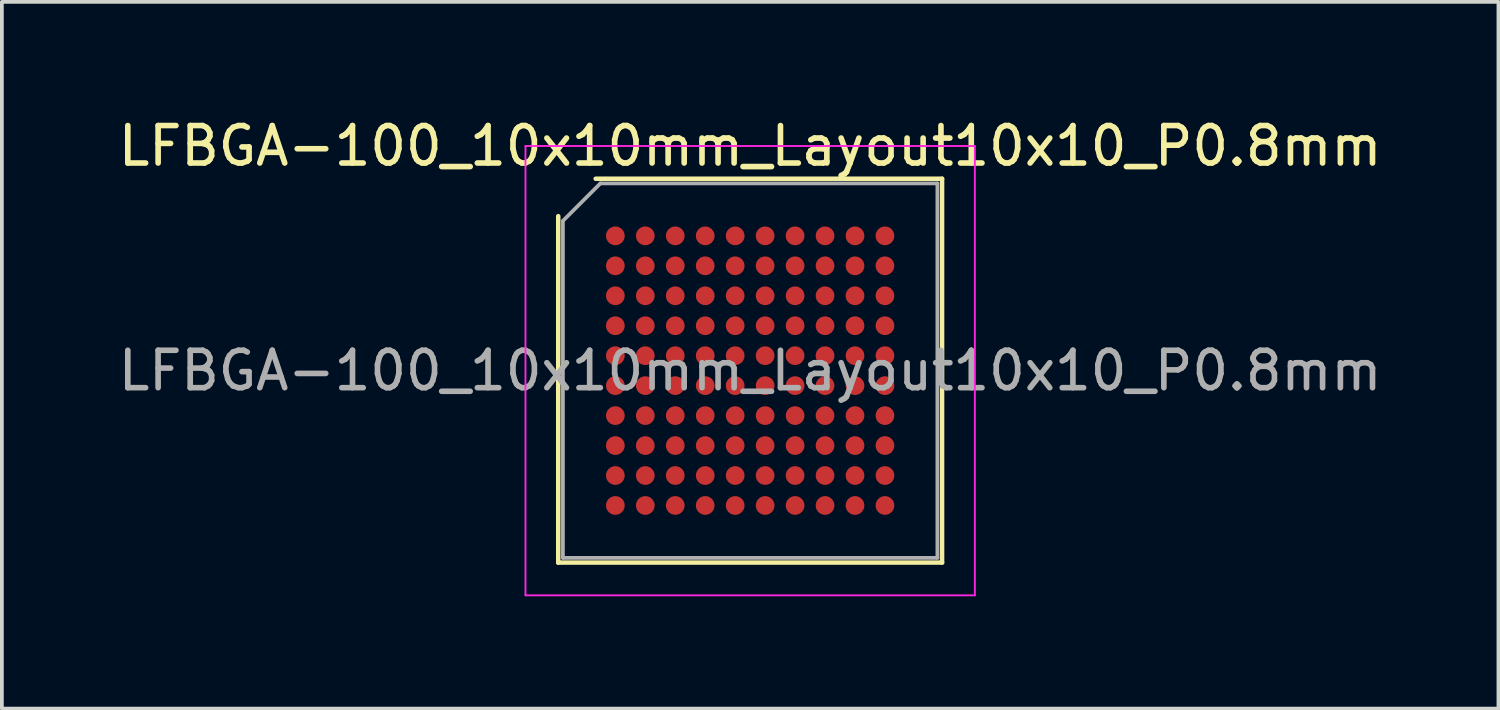
<source format=kicad_pcb>
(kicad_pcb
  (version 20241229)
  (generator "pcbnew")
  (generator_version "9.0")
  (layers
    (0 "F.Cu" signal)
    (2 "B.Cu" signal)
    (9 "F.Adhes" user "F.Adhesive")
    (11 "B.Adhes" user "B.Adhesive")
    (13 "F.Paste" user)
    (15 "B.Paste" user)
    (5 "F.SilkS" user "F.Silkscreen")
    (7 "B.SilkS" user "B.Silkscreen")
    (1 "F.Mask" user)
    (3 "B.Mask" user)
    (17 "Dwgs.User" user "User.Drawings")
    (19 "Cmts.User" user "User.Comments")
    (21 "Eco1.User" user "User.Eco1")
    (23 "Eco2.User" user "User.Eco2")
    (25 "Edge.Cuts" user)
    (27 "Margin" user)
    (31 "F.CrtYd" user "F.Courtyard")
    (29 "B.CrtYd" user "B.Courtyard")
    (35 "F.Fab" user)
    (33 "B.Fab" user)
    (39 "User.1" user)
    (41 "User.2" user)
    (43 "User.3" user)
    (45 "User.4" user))
  (footprint "LFBGA-100_10x10mm_Layout10x10_P0.8mm"
    (layer "F.Cu")
    (at 16.982 6.848)
    (property "Reference" "LFBGA-100_10x10mm_Layout10x10_P0.8mm" (at 0 -6 0) (layer "F.SilkS") (effects (font (size 1 1) (thickness 0.15))))
    (attr smd)
    (fp_line (start -5.125 5.125) (end -5.125 -4.125) (stroke (width 0.12) (type solid)) (layer "F.SilkS"))
    (fp_line (start -4.125 -5.125) (end 5.125 -5.125) (stroke (width 0.12) (type solid)) (layer "F.SilkS"))
    (fp_line (start 5.125 -5.125) (end 5.125 5.125) (stroke (width 0.12) (type solid)) (layer "F.SilkS"))
    (fp_line (start 5.125 5.125) (end -5.125 5.125) (stroke (width 0.12) (type solid)) (layer "F.SilkS"))
    (fp_line (start -6 -6) (end -6 6) (stroke (width 0.05) (type solid)) (layer "F.CrtYd"))
    (fp_line (start -6 6) (end 6 6) (stroke (width 0.05) (type solid)) (layer "F.CrtYd"))
    (fp_line (start 6 -6) (end -6 -6) (stroke (width 0.05) (type solid)) (layer "F.CrtYd"))
    (fp_line (start 6 6) (end 6 -6) (stroke (width 0.05) (type solid)) (layer "F.CrtYd"))
    (fp_line (start -5 -4) (end -4 -5) (stroke (width 0.1) (type solid)) (layer "F.Fab"))
    (fp_line (start -5 5) (end -5 -4) (stroke (width 0.1) (type solid)) (layer "F.Fab"))
    (fp_line (start -4 -5) (end 5 -5) (stroke (width 0.1) (type solid)) (layer "F.Fab"))
    (fp_line (start 5 -5) (end 5 5) (stroke (width 0.1) (type solid)) (layer "F.Fab"))
    (fp_line (start 5 5) (end -5 5) (stroke (width 0.1) (type solid)) (layer "F.Fab"))
    (fp_text user "${REFERENCE}" (at 0 0 0) (layer "F.Fab") (effects (font (size 1 1) (thickness 0.15))))
    (pad "A1" smd circle (at -3.6 -3.6) (size 0.5 0.5) (layers "F.Cu" "F.Mask" "F.Paste"))
    (pad "A2" smd circle (at -2.8 -3.6) (size 0.5 0.5) (layers "F.Cu" "F.Mask" "F.Paste"))
    (pad "A3" smd circle (at -2 -3.6) (size 0.5 0.5) (layers "F.Cu" "F.Mask" "F.Paste"))
    (pad "A4" smd circle (at -1.2 -3.6) (size 0.5 0.5) (layers "F.Cu" "F.Mask" "F.Paste"))
    (pad "A5" smd circle (at -0.4 -3.6) (size 0.5 0.5) (layers "F.Cu" "F.Mask" "F.Paste"))
    (pad "A6" smd circle (at 0.4 -3.6) (size 0.5 0.5) (layers "F.Cu" "F.Mask" "F.Paste"))
    (pad "A7" smd circle (at 1.2 -3.6) (size 0.5 0.5) (layers "F.Cu" "F.Mask" "F.Paste"))
    (pad "A8" smd circle (at 2 -3.6) (size 0.5 0.5) (layers "F.Cu" "F.Mask" "F.Paste"))
    (pad "A9" smd circle (at 2.8 -3.6) (size 0.5 0.5) (layers "F.Cu" "F.Mask" "F.Paste"))
    (pad "A10" smd circle (at 3.6 -3.6) (size 0.5 0.5) (layers "F.Cu" "F.Mask" "F.Paste"))
    (pad "B1" smd circle (at -3.6 -2.8) (size 0.5 0.5) (layers "F.Cu" "F.Mask" "F.Paste"))
    (pad "B2" smd circle (at -2.8 -2.8) (size 0.5 0.5) (layers "F.Cu" "F.Mask" "F.Paste"))
    (pad "B3" smd circle (at -2 -2.8) (size 0.5 0.5) (layers "F.Cu" "F.Mask" "F.Paste"))
    (pad "B4" smd circle (at -1.2 -2.8) (size 0.5 0.5) (layers "F.Cu" "F.Mask" "F.Paste"))
    (pad "B5" smd circle (at -0.4 -2.8) (size 0.5 0.5) (layers "F.Cu" "F.Mask" "F.Paste"))
    (pad "B6" smd circle (at 0.4 -2.8) (size 0.5 0.5) (layers "F.Cu" "F.Mask" "F.Paste"))
    (pad "B7" smd circle (at 1.2 -2.8) (size 0.5 0.5) (layers "F.Cu" "F.Mask" "F.Paste"))
    (pad "B8" smd circle (at 2 -2.8) (size 0.5 0.5) (layers "F.Cu" "F.Mask" "F.Paste"))
    (pad "B9" smd circle (at 2.8 -2.8) (size 0.5 0.5) (layers "F.Cu" "F.Mask" "F.Paste"))
    (pad "B10" smd circle (at 3.6 -2.8) (size 0.5 0.5) (layers "F.Cu" "F.Mask" "F.Paste"))
    (pad "C1" smd circle (at -3.6 -2) (size 0.5 0.5) (layers "F.Cu" "F.Mask" "F.Paste"))
    (pad "C2" smd circle (at -2.8 -2) (size 0.5 0.5) (layers "F.Cu" "F.Mask" "F.Paste"))
    (pad "C3" smd circle (at -2 -2) (size 0.5 0.5) (layers "F.Cu" "F.Mask" "F.Paste"))
    (pad "C4" smd circle (at -1.2 -2) (size 0.5 0.5) (layers "F.Cu" "F.Mask" "F.Paste"))
    (pad "C5" smd circle (at -0.4 -2) (size 0.5 0.5) (layers "F.Cu" "F.Mask" "F.Paste"))
    (pad "C6" smd circle (at 0.4 -2) (size 0.5 0.5) (layers "F.Cu" "F.Mask" "F.Paste"))
    (pad "C7" smd circle (at 1.2 -2) (size 0.5 0.5) (layers "F.Cu" "F.Mask" "F.Paste"))
    (pad "C8" smd circle (at 2 -2) (size 0.5 0.5) (layers "F.Cu" "F.Mask" "F.Paste"))
    (pad "C9" smd circle (at 2.8 -2) (size 0.5 0.5) (layers "F.Cu" "F.Mask" "F.Paste"))
    (pad "C10" smd circle (at 3.6 -2) (size 0.5 0.5) (layers "F.Cu" "F.Mask" "F.Paste"))
    (pad "D1" smd circle (at -3.6 -1.2) (size 0.5 0.5) (layers "F.Cu" "F.Mask" "F.Paste"))
    (pad "D2" smd circle (at -2.8 -1.2) (size 0.5 0.5) (layers "F.Cu" "F.Mask" "F.Paste"))
    (pad "D3" smd circle (at -2 -1.2) (size 0.5 0.5) (layers "F.Cu" "F.Mask" "F.Paste"))
    (pad "D4" smd circle (at -1.2 -1.2) (size 0.5 0.5) (layers "F.Cu" "F.Mask" "F.Paste"))
    (pad "D5" smd circle (at -0.4 -1.2) (size 0.5 0.5) (layers "F.Cu" "F.Mask" "F.Paste"))
    (pad "D6" smd circle (at 0.4 -1.2) (size 0.5 0.5) (layers "F.Cu" "F.Mask" "F.Paste"))
    (pad "D7" smd circle (at 1.2 -1.2) (size 0.5 0.5) (layers "F.Cu" "F.Mask" "F.Paste"))
    (pad "D8" smd circle (at 2 -1.2) (size 0.5 0.5) (layers "F.Cu" "F.Mask" "F.Paste"))
    (pad "D9" smd circle (at 2.8 -1.2) (size 0.5 0.5) (layers "F.Cu" "F.Mask" "F.Paste"))
    (pad "D10" smd circle (at 3.6 -1.2) (size 0.5 0.5) (layers "F.Cu" "F.Mask" "F.Paste"))
    (pad "E1" smd circle (at -3.6 -0.4) (size 0.5 0.5) (layers "F.Cu" "F.Mask" "F.Paste"))
    (pad "E2" smd circle (at -2.8 -0.4) (size 0.5 0.5) (layers "F.Cu" "F.Mask" "F.Paste"))
    (pad "E3" smd circle (at -2 -0.4) (size 0.5 0.5) (layers "F.Cu" "F.Mask" "F.Paste"))
    (pad "E4" smd circle (at -1.2 -0.4) (size 0.5 0.5) (layers "F.Cu" "F.Mask" "F.Paste"))
    (pad "E5" smd circle (at -0.4 -0.4) (size 0.5 0.5) (layers "F.Cu" "F.Mask" "F.Paste"))
    (pad "E6" smd circle (at 0.4 -0.4) (size 0.5 0.5) (layers "F.Cu" "F.Mask" "F.Paste"))
    (pad "E7" smd circle (at 1.2 -0.4) (size 0.5 0.5) (layers "F.Cu" "F.Mask" "F.Paste"))
    (pad "E8" smd circle (at 2 -0.4) (size 0.5 0.5) (layers "F.Cu" "F.Mask" "F.Paste"))
    (pad "E9" smd circle (at 2.8 -0.4) (size 0.5 0.5) (layers "F.Cu" "F.Mask" "F.Paste"))
    (pad "E10" smd circle (at 3.6 -0.4) (size 0.5 0.5) (layers "F.Cu" "F.Mask" "F.Paste"))
    (pad "F1" smd circle (at -3.6 0.4) (size 0.5 0.5) (layers "F.Cu" "F.Mask" "F.Paste"))
    (pad "F2" smd circle (at -2.8 0.4) (size 0.5 0.5) (layers "F.Cu" "F.Mask" "F.Paste"))
    (pad "F3" smd circle (at -2 0.4) (size 0.5 0.5) (layers "F.Cu" "F.Mask" "F.Paste"))
    (pad "F4" smd circle (at -1.2 0.4) (size 0.5 0.5) (layers "F.Cu" "F.Mask" "F.Paste"))
    (pad "F5" smd circle (at -0.4 0.4) (size 0.5 0.5) (layers "F.Cu" "F.Mask" "F.Paste"))
    (pad "F6" smd circle (at 0.4 0.4) (size 0.5 0.5) (layers "F.Cu" "F.Mask" "F.Paste"))
    (pad "F7" smd circle (at 1.2 0.4) (size 0.5 0.5) (layers "F.Cu" "F.Mask" "F.Paste"))
    (pad "F8" smd circle (at 2 0.4) (size 0.5 0.5) (layers "F.Cu" "F.Mask" "F.Paste"))
    (pad "F9" smd circle (at 2.8 0.4) (size 0.5 0.5) (layers "F.Cu" "F.Mask" "F.Paste"))
    (pad "F10" smd circle (at 3.6 0.4) (size 0.5 0.5) (layers "F.Cu" "F.Mask" "F.Paste"))
    (pad "G1" smd circle (at -3.6 1.2) (size 0.5 0.5) (layers "F.Cu" "F.Mask" "F.Paste"))
    (pad "G2" smd circle (at -2.8 1.2) (size 0.5 0.5) (layers "F.Cu" "F.Mask" "F.Paste"))
    (pad "G3" smd circle (at -2 1.2) (size 0.5 0.5) (layers "F.Cu" "F.Mask" "F.Paste"))
    (pad "G4" smd circle (at -1.2 1.2) (size 0.5 0.5) (layers "F.Cu" "F.Mask" "F.Paste"))
    (pad "G5" smd circle (at -0.4 1.2) (size 0.5 0.5) (layers "F.Cu" "F.Mask" "F.Paste"))
    (pad "G6" smd circle (at 0.4 1.2) (size 0.5 0.5) (layers "F.Cu" "F.Mask" "F.Paste"))
    (pad "G7" smd circle (at 1.2 1.2) (size 0.5 0.5) (layers "F.Cu" "F.Mask" "F.Paste"))
    (pad "G8" smd circle (at 2 1.2) (size 0.5 0.5) (layers "F.Cu" "F.Mask" "F.Paste"))
    (pad "G9" smd circle (at 2.8 1.2) (size 0.5 0.5) (layers "F.Cu" "F.Mask" "F.Paste"))
    (pad "G10" smd circle (at 3.6 1.2) (size 0.5 0.5) (layers "F.Cu" "F.Mask" "F.Paste"))
    (pad "H1" smd circle (at -3.6 2) (size 0.5 0.5) (layers "F.Cu" "F.Mask" "F.Paste"))
    (pad "H2" smd circle (at -2.8 2) (size 0.5 0.5) (layers "F.Cu" "F.Mask" "F.Paste"))
    (pad "H3" smd circle (at -2 2) (size 0.5 0.5) (layers "F.Cu" "F.Mask" "F.Paste"))
    (pad "H4" smd circle (at -1.2 2) (size 0.5 0.5) (layers "F.Cu" "F.Mask" "F.Paste"))
    (pad "H5" smd circle (at -0.4 2) (size 0.5 0.5) (layers "F.Cu" "F.Mask" "F.Paste"))
    (pad "H6" smd circle (at 0.4 2) (size 0.5 0.5) (layers "F.Cu" "F.Mask" "F.Paste"))
    (pad "H7" smd circle (at 1.2 2) (size 0.5 0.5) (layers "F.Cu" "F.Mask" "F.Paste"))
    (pad "H8" smd circle (at 2 2) (size 0.5 0.5) (layers "F.Cu" "F.Mask" "F.Paste"))
    (pad "H9" smd circle (at 2.8 2) (size 0.5 0.5) (layers "F.Cu" "F.Mask" "F.Paste"))
    (pad "H10" smd circle (at 3.6 2) (size 0.5 0.5) (layers "F.Cu" "F.Mask" "F.Paste"))
    (pad "J1" smd circle (at -3.6 2.8) (size 0.5 0.5) (layers "F.Cu" "F.Mask" "F.Paste"))
    (pad "J2" smd circle (at -2.8 2.8) (size 0.5 0.5) (layers "F.Cu" "F.Mask" "F.Paste"))
    (pad "J3" smd circle (at -2 2.8) (size 0.5 0.5) (layers "F.Cu" "F.Mask" "F.Paste"))
    (pad "J4" smd circle (at -1.2 2.8) (size 0.5 0.5) (layers "F.Cu" "F.Mask" "F.Paste"))
    (pad "J5" smd circle (at -0.4 2.8) (size 0.5 0.5) (layers "F.Cu" "F.Mask" "F.Paste"))
    (pad "J6" smd circle (at 0.4 2.8) (size 0.5 0.5) (layers "F.Cu" "F.Mask" "F.Paste"))
    (pad "J7" smd circle (at 1.2 2.8) (size 0.5 0.5) (layers "F.Cu" "F.Mask" "F.Paste"))
    (pad "J8" smd circle (at 2 2.8) (size 0.5 0.5) (layers "F.Cu" "F.Mask" "F.Paste"))
    (pad "J9" smd circle (at 2.8 2.8) (size 0.5 0.5) (layers "F.Cu" "F.Mask" "F.Paste"))
    (pad "J10" smd circle (at 3.6 2.8) (size 0.5 0.5) (layers "F.Cu" "F.Mask" "F.Paste"))
    (pad "K1" smd circle (at -3.6 3.6) (size 0.5 0.5) (layers "F.Cu" "F.Mask" "F.Paste"))
    (pad "K2" smd circle (at -2.8 3.6) (size 0.5 0.5) (layers "F.Cu" "F.Mask" "F.Paste"))
    (pad "K3" smd circle (at -2 3.6) (size 0.5 0.5) (layers "F.Cu" "F.Mask" "F.Paste"))
    (pad "K4" smd circle (at -1.2 3.6) (size 0.5 0.5) (layers "F.Cu" "F.Mask" "F.Paste"))
    (pad "K5" smd circle (at -0.4 3.6) (size 0.5 0.5) (layers "F.Cu" "F.Mask" "F.Paste"))
    (pad "K6" smd circle (at 0.4 3.6) (size 0.5 0.5) (layers "F.Cu" "F.Mask" "F.Paste"))
    (pad "K7" smd circle (at 1.2 3.6) (size 0.5 0.5) (layers "F.Cu" "F.Mask" "F.Paste"))
    (pad "K8" smd circle (at 2 3.6) (size 0.5 0.5) (layers "F.Cu" "F.Mask" "F.Paste"))
    (pad "K9" smd circle (at 2.8 3.6) (size 0.5 0.5) (layers "F.Cu" "F.Mask" "F.Paste"))
    (pad "K10" smd circle (at 3.6 3.6) (size 0.5 0.5) (layers "F.Cu" "F.Mask" "F.Paste")))
  (gr_rect
    (start -3 -3)
    (end 36.964 15.873)
    (stroke (width 0.1) (type default))
    (fill no)
    (layer "Edge.Cuts")))
</source>
